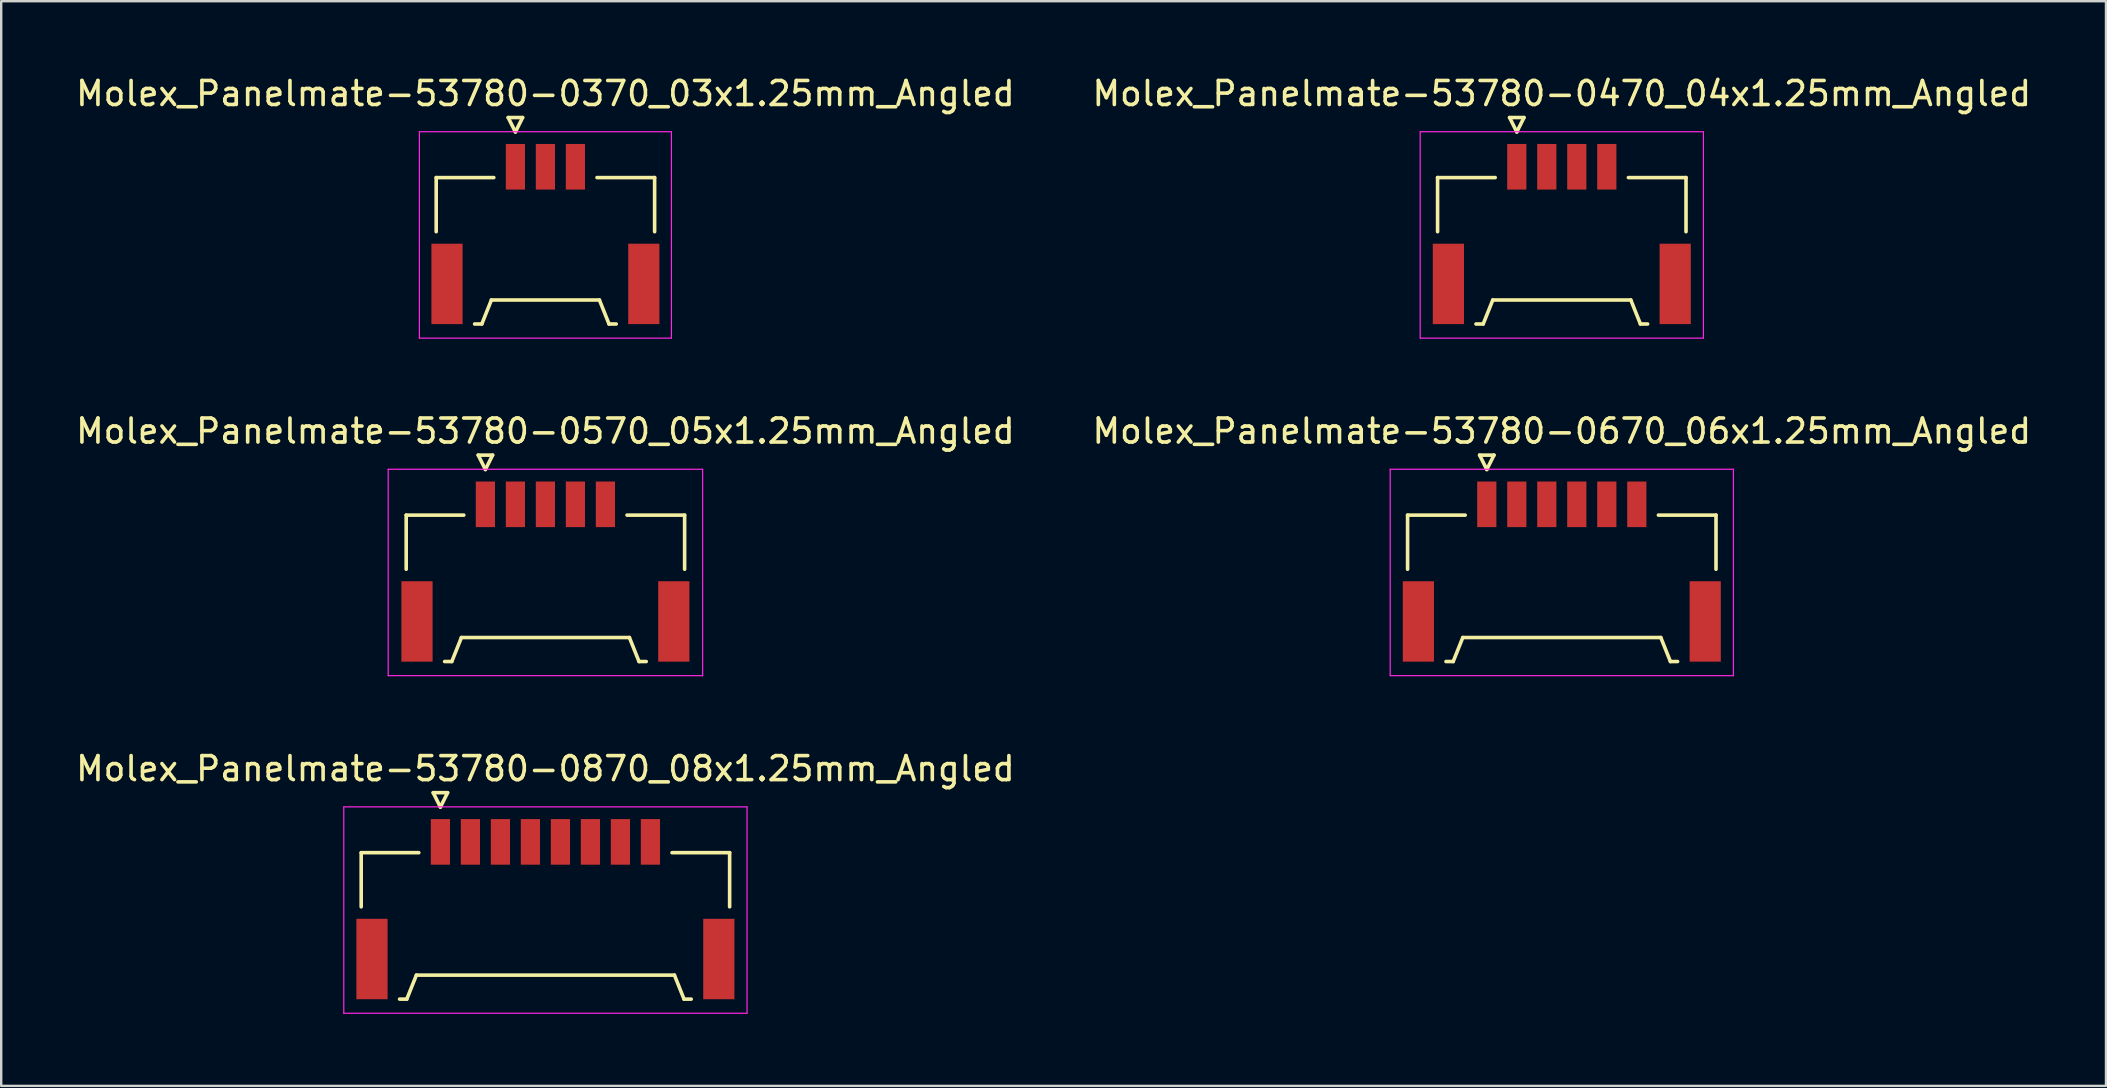
<source format=kicad_pcb>
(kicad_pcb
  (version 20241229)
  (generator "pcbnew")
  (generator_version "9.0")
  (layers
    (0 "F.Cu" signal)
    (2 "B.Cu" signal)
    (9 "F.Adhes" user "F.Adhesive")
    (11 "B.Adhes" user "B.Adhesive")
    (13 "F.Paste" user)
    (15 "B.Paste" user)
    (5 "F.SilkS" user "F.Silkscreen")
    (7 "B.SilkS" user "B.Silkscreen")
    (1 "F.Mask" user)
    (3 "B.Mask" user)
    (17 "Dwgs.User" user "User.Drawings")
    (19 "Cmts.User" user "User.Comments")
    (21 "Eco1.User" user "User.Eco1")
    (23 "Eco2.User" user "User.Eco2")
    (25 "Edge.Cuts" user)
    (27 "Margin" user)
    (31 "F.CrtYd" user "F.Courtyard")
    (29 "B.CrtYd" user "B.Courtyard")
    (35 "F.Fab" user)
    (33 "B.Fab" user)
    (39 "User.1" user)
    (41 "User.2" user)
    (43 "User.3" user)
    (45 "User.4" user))
  (footprint "Molex_Panelmate-53780-0470_04x1.25mm_Angled"
    (layer "F.Cu")
    (at 62.018 6.338)
    (property "Reference" "Molex_Panelmate-53780-0470_04x1.25mm_Angled" (at 0 -5.49 0) (layer "F.SilkS") (effects (font (size 1 1) (thickness 0.15))))
    (attr smd)
    (fp_line (start -5.175 -1.99) (end -5.175 0.265) (stroke (width 0.15) (type solid)) (layer "F.SilkS"))
    (fp_line (start -3.575 4.11) (end -3.275 4.11) (stroke (width 0.15) (type solid)) (layer "F.SilkS"))
    (fp_line (start -3.275 4.11) (end -2.875 3.11) (stroke (width 0.15) (type solid)) (layer "F.SilkS"))
    (fp_line (start -2.875 3.11) (end 2.875 3.11) (stroke (width 0.15) (type solid)) (layer "F.SilkS"))
    (fp_line (start -2.775 -1.99) (end -5.175 -1.99) (stroke (width 0.15) (type solid)) (layer "F.SilkS"))
    (fp_line (start -2.175 -4.49) (end -1.875 -3.89) (stroke (width 0.15) (type solid)) (layer "F.SilkS"))
    (fp_line (start -1.875 -3.89) (end -1.575 -4.49) (stroke (width 0.15) (type solid)) (layer "F.SilkS"))
    (fp_line (start -1.575 -4.49) (end -2.175 -4.49) (stroke (width 0.15) (type solid)) (layer "F.SilkS"))
    (fp_line (start 2.775 -1.99) (end 5.175 -1.99) (stroke (width 0.15) (type solid)) (layer "F.SilkS"))
    (fp_line (start 2.875 3.11) (end 3.275 4.11) (stroke (width 0.15) (type solid)) (layer "F.SilkS"))
    (fp_line (start 3.275 4.11) (end 3.575 4.11) (stroke (width 0.15) (type solid)) (layer "F.SilkS"))
    (fp_line (start 5.175 -1.99) (end 5.175 0.265) (stroke (width 0.15) (type solid)) (layer "F.SilkS"))
    (fp_line (start -5.9 -3.9) (end -5.9 4.7) (stroke (width 0.05) (type solid)) (layer "F.CrtYd"))
    (fp_line (start -5.9 4.7) (end 5.9 4.7) (stroke (width 0.05) (type solid)) (layer "F.CrtYd"))
    (fp_line (start 5.9 -3.9) (end -5.9 -3.9) (stroke (width 0.05) (type solid)) (layer "F.CrtYd"))
    (fp_line (start 5.9 4.7) (end 5.9 -3.9) (stroke (width 0.05) (type solid)) (layer "F.CrtYd"))
    (pad "" smd rect (at -4.725 2.44) (size 1.3 3.35) (layers "F.Cu" "F.Mask" "F.Paste"))
    (pad "" smd rect (at 4.725 2.44) (size 1.3 3.35) (layers "F.Cu" "F.Mask" "F.Paste"))
    (pad "1" smd rect (at -1.875 -2.44) (size 0.8 1.9) (layers "F.Cu" "F.Mask" "F.Paste"))
    (pad "2" smd rect (at -0.625 -2.44) (size 0.8 1.9) (layers "F.Cu" "F.Mask" "F.Paste"))
    (pad "3" smd rect (at 0.625 -2.44) (size 0.8 1.9) (layers "F.Cu" "F.Mask" "F.Paste"))
    (pad "4" smd rect (at 1.875 -2.44) (size 0.8 1.9) (layers "F.Cu" "F.Mask" "F.Paste")))
  (footprint "Molex_Panelmate-53780-0370_03x1.25mm_Angled"
    (layer "F.Cu")
    (at 19.673 6.338)
    (property "Reference" "Molex_Panelmate-53780-0370_03x1.25mm_Angled" (at 0 -5.49 0) (layer "F.SilkS") (effects (font (size 1 1) (thickness 0.15))))
    (attr smd)
    (fp_line (start -4.55 -1.99) (end -4.55 0.265) (stroke (width 0.15) (type solid)) (layer "F.SilkS"))
    (fp_line (start -2.95 4.11) (end -2.65 4.11) (stroke (width 0.15) (type solid)) (layer "F.SilkS"))
    (fp_line (start -2.65 4.11) (end -2.25 3.11) (stroke (width 0.15) (type solid)) (layer "F.SilkS"))
    (fp_line (start -2.25 3.11) (end 2.25 3.11) (stroke (width 0.15) (type solid)) (layer "F.SilkS"))
    (fp_line (start -2.15 -1.99) (end -4.55 -1.99) (stroke (width 0.15) (type solid)) (layer "F.SilkS"))
    (fp_line (start -1.55 -4.49) (end -1.25 -3.89) (stroke (width 0.15) (type solid)) (layer "F.SilkS"))
    (fp_line (start -1.25 -3.89) (end -0.95 -4.49) (stroke (width 0.15) (type solid)) (layer "F.SilkS"))
    (fp_line (start -0.95 -4.49) (end -1.55 -4.49) (stroke (width 0.15) (type solid)) (layer "F.SilkS"))
    (fp_line (start 2.15 -1.99) (end 4.55 -1.99) (stroke (width 0.15) (type solid)) (layer "F.SilkS"))
    (fp_line (start 2.25 3.11) (end 2.65 4.11) (stroke (width 0.15) (type solid)) (layer "F.SilkS"))
    (fp_line (start 2.65 4.11) (end 2.95 4.11) (stroke (width 0.15) (type solid)) (layer "F.SilkS"))
    (fp_line (start 4.55 -1.99) (end 4.55 0.265) (stroke (width 0.15) (type solid)) (layer "F.SilkS"))
    (fp_line (start -5.25 -3.9) (end -5.25 4.7) (stroke (width 0.05) (type solid)) (layer "F.CrtYd"))
    (fp_line (start -5.25 4.7) (end 5.25 4.7) (stroke (width 0.05) (type solid)) (layer "F.CrtYd"))
    (fp_line (start 5.25 -3.9) (end -5.25 -3.9) (stroke (width 0.05) (type solid)) (layer "F.CrtYd"))
    (fp_line (start 5.25 4.7) (end 5.25 -3.9) (stroke (width 0.05) (type solid)) (layer "F.CrtYd"))
    (pad "" smd rect (at -4.1 2.44) (size 1.3 3.35) (layers "F.Cu" "F.Mask" "F.Paste"))
    (pad "" smd rect (at 4.1 2.44) (size 1.3 3.35) (layers "F.Cu" "F.Mask" "F.Paste"))
    (pad "1" smd rect (at -1.25 -2.44) (size 0.8 1.9) (layers "F.Cu" "F.Mask" "F.Paste"))
    (pad "2" smd rect (at 0 -2.44) (size 0.8 1.9) (layers "F.Cu" "F.Mask" "F.Paste"))
    (pad "3" smd rect (at 1.25 -2.44) (size 0.8 1.9) (layers "F.Cu" "F.Mask" "F.Paste")))
  (footprint "Molex_Panelmate-53780-0570_05x1.25mm_Angled"
    (layer "F.Cu")
    (at 19.673 20.401)
    (property "Reference" "Molex_Panelmate-53780-0570_05x1.25mm_Angled" (at 0 -5.49 0) (layer "F.SilkS") (effects (font (size 1 1) (thickness 0.15))))
    (attr smd)
    (fp_line (start -5.8 -1.99) (end -5.8 0.265) (stroke (width 0.15) (type solid)) (layer "F.SilkS"))
    (fp_line (start -4.2 4.11) (end -3.9 4.11) (stroke (width 0.15) (type solid)) (layer "F.SilkS"))
    (fp_line (start -3.9 4.11) (end -3.5 3.11) (stroke (width 0.15) (type solid)) (layer "F.SilkS"))
    (fp_line (start -3.5 3.11) (end 3.5 3.11) (stroke (width 0.15) (type solid)) (layer "F.SilkS"))
    (fp_line (start -3.4 -1.99) (end -5.8 -1.99) (stroke (width 0.15) (type solid)) (layer "F.SilkS"))
    (fp_line (start -2.8 -4.49) (end -2.5 -3.89) (stroke (width 0.15) (type solid)) (layer "F.SilkS"))
    (fp_line (start -2.5 -3.89) (end -2.2 -4.49) (stroke (width 0.15) (type solid)) (layer "F.SilkS"))
    (fp_line (start -2.2 -4.49) (end -2.8 -4.49) (stroke (width 0.15) (type solid)) (layer "F.SilkS"))
    (fp_line (start 3.4 -1.99) (end 5.8 -1.99) (stroke (width 0.15) (type solid)) (layer "F.SilkS"))
    (fp_line (start 3.5 3.11) (end 3.9 4.11) (stroke (width 0.15) (type solid)) (layer "F.SilkS"))
    (fp_line (start 3.9 4.11) (end 4.2 4.11) (stroke (width 0.15) (type solid)) (layer "F.SilkS"))
    (fp_line (start 5.8 -1.99) (end 5.8 0.265) (stroke (width 0.15) (type solid)) (layer "F.SilkS"))
    (fp_line (start -6.55 -3.9) (end -6.55 4.7) (stroke (width 0.05) (type solid)) (layer "F.CrtYd"))
    (fp_line (start -6.55 4.7) (end 6.55 4.7) (stroke (width 0.05) (type solid)) (layer "F.CrtYd"))
    (fp_line (start 6.55 -3.9) (end -6.55 -3.9) (stroke (width 0.05) (type solid)) (layer "F.CrtYd"))
    (fp_line (start 6.55 4.7) (end 6.55 -3.9) (stroke (width 0.05) (type solid)) (layer "F.CrtYd"))
    (pad "" smd rect (at -5.35 2.44) (size 1.3 3.35) (layers "F.Cu" "F.Mask" "F.Paste"))
    (pad "" smd rect (at 5.35 2.44) (size 1.3 3.35) (layers "F.Cu" "F.Mask" "F.Paste"))
    (pad "1" smd rect (at -2.5 -2.44) (size 0.8 1.9) (layers "F.Cu" "F.Mask" "F.Paste"))
    (pad "2" smd rect (at -1.25 -2.44) (size 0.8 1.9) (layers "F.Cu" "F.Mask" "F.Paste"))
    (pad "3" smd rect (at 0 -2.44) (size 0.8 1.9) (layers "F.Cu" "F.Mask" "F.Paste"))
    (pad "4" smd rect (at 1.25 -2.44) (size 0.8 1.9) (layers "F.Cu" "F.Mask" "F.Paste"))
    (pad "5" smd rect (at 2.5 -2.44) (size 0.8 1.9) (layers "F.Cu" "F.Mask" "F.Paste")))
  (footprint "Molex_Panelmate-53780-0670_06x1.25mm_Angled"
    (layer "F.Cu")
    (at 62.018 20.401)
    (property "Reference" "Molex_Panelmate-53780-0670_06x1.25mm_Angled" (at 0 -5.49 0) (layer "F.SilkS") (effects (font (size 1 1) (thickness 0.15))))
    (attr smd)
    (fp_line (start -6.425 -1.99) (end -6.425 0.265) (stroke (width 0.15) (type solid)) (layer "F.SilkS"))
    (fp_line (start -4.825 4.11) (end -4.525 4.11) (stroke (width 0.15) (type solid)) (layer "F.SilkS"))
    (fp_line (start -4.525 4.11) (end -4.125 3.11) (stroke (width 0.15) (type solid)) (layer "F.SilkS"))
    (fp_line (start -4.125 3.11) (end 4.125 3.11) (stroke (width 0.15) (type solid)) (layer "F.SilkS"))
    (fp_line (start -4.025 -1.99) (end -6.425 -1.99) (stroke (width 0.15) (type solid)) (layer "F.SilkS"))
    (fp_line (start -3.425 -4.49) (end -3.125 -3.89) (stroke (width 0.15) (type solid)) (layer "F.SilkS"))
    (fp_line (start -3.125 -3.89) (end -2.825 -4.49) (stroke (width 0.15) (type solid)) (layer "F.SilkS"))
    (fp_line (start -2.825 -4.49) (end -3.425 -4.49) (stroke (width 0.15) (type solid)) (layer "F.SilkS"))
    (fp_line (start 4.025 -1.99) (end 6.425 -1.99) (stroke (width 0.15) (type solid)) (layer "F.SilkS"))
    (fp_line (start 4.125 3.11) (end 4.525 4.11) (stroke (width 0.15) (type solid)) (layer "F.SilkS"))
    (fp_line (start 4.525 4.11) (end 4.825 4.11) (stroke (width 0.15) (type solid)) (layer "F.SilkS"))
    (fp_line (start 6.425 -1.99) (end 6.425 0.265) (stroke (width 0.15) (type solid)) (layer "F.SilkS"))
    (fp_line (start -7.15 -3.9) (end -7.15 4.7) (stroke (width 0.05) (type solid)) (layer "F.CrtYd"))
    (fp_line (start -7.15 4.7) (end 7.15 4.7) (stroke (width 0.05) (type solid)) (layer "F.CrtYd"))
    (fp_line (start 7.15 -3.9) (end -7.15 -3.9) (stroke (width 0.05) (type solid)) (layer "F.CrtYd"))
    (fp_line (start 7.15 4.7) (end 7.15 -3.9) (stroke (width 0.05) (type solid)) (layer "F.CrtYd"))
    (pad "" smd rect (at -5.975 2.44) (size 1.3 3.35) (layers "F.Cu" "F.Mask" "F.Paste"))
    (pad "" smd rect (at 5.975 2.44) (size 1.3 3.35) (layers "F.Cu" "F.Mask" "F.Paste"))
    (pad "1" smd rect (at -3.125 -2.44) (size 0.8 1.9) (layers "F.Cu" "F.Mask" "F.Paste"))
    (pad "2" smd rect (at -1.875 -2.44) (size 0.8 1.9) (layers "F.Cu" "F.Mask" "F.Paste"))
    (pad "3" smd rect (at -0.625 -2.44) (size 0.8 1.9) (layers "F.Cu" "F.Mask" "F.Paste"))
    (pad "4" smd rect (at 0.625 -2.44) (size 0.8 1.9) (layers "F.Cu" "F.Mask" "F.Paste"))
    (pad "5" smd rect (at 1.875 -2.44) (size 0.8 1.9) (layers "F.Cu" "F.Mask" "F.Paste"))
    (pad "6" smd rect (at 3.125 -2.44) (size 0.8 1.9) (layers "F.Cu" "F.Mask" "F.Paste")))
  (footprint "Molex_Panelmate-53780-0870_08x1.25mm_Angled"
    (layer "F.Cu")
    (at 19.673 34.465)
    (property "Reference" "Molex_Panelmate-53780-0870_08x1.25mm_Angled" (at 0 -5.49 0) (layer "F.SilkS") (effects (font (size 1 1) (thickness 0.15))))
    (attr smd)
    (fp_line (start -7.675 -1.99) (end -7.675 0.265) (stroke (width 0.15) (type solid)) (layer "F.SilkS"))
    (fp_line (start -6.075 4.11) (end -5.775 4.11) (stroke (width 0.15) (type solid)) (layer "F.SilkS"))
    (fp_line (start -5.775 4.11) (end -5.375 3.11) (stroke (width 0.15) (type solid)) (layer "F.SilkS"))
    (fp_line (start -5.375 3.11) (end 5.375 3.11) (stroke (width 0.15) (type solid)) (layer "F.SilkS"))
    (fp_line (start -5.275 -1.99) (end -7.675 -1.99) (stroke (width 0.15) (type solid)) (layer "F.SilkS"))
    (fp_line (start -4.675 -4.49) (end -4.375 -3.89) (stroke (width 0.15) (type solid)) (layer "F.SilkS"))
    (fp_line (start -4.375 -3.89) (end -4.075 -4.49) (stroke (width 0.15) (type solid)) (layer "F.SilkS"))
    (fp_line (start -4.075 -4.49) (end -4.675 -4.49) (stroke (width 0.15) (type solid)) (layer "F.SilkS"))
    (fp_line (start 5.275 -1.99) (end 7.675 -1.99) (stroke (width 0.15) (type solid)) (layer "F.SilkS"))
    (fp_line (start 5.375 3.11) (end 5.775 4.11) (stroke (width 0.15) (type solid)) (layer "F.SilkS"))
    (fp_line (start 5.775 4.11) (end 6.075 4.11) (stroke (width 0.15) (type solid)) (layer "F.SilkS"))
    (fp_line (start 7.675 -1.99) (end 7.675 0.265) (stroke (width 0.15) (type solid)) (layer "F.SilkS"))
    (fp_line (start -8.4 -3.9) (end -8.4 4.7) (stroke (width 0.05) (type solid)) (layer "F.CrtYd"))
    (fp_line (start -8.4 4.7) (end 8.4 4.7) (stroke (width 0.05) (type solid)) (layer "F.CrtYd"))
    (fp_line (start 8.4 -3.9) (end -8.4 -3.9) (stroke (width 0.05) (type solid)) (layer "F.CrtYd"))
    (fp_line (start 8.4 4.7) (end 8.4 -3.9) (stroke (width 0.05) (type solid)) (layer "F.CrtYd"))
    (pad "" smd rect (at -7.225 2.44) (size 1.3 3.35) (layers "F.Cu" "F.Mask" "F.Paste"))
    (pad "" smd rect (at 7.225 2.44) (size 1.3 3.35) (layers "F.Cu" "F.Mask" "F.Paste"))
    (pad "1" smd rect (at -4.375 -2.44) (size 0.8 1.9) (layers "F.Cu" "F.Mask" "F.Paste"))
    (pad "2" smd rect (at -3.125 -2.44) (size 0.8 1.9) (layers "F.Cu" "F.Mask" "F.Paste"))
    (pad "3" smd rect (at -1.875 -2.44) (size 0.8 1.9) (layers "F.Cu" "F.Mask" "F.Paste"))
    (pad "4" smd rect (at -0.625 -2.44) (size 0.8 1.9) (layers "F.Cu" "F.Mask" "F.Paste"))
    (pad "5" smd rect (at 0.625 -2.44) (size 0.8 1.9) (layers "F.Cu" "F.Mask" "F.Paste"))
    (pad "6" smd rect (at 1.875 -2.44) (size 0.8 1.9) (layers "F.Cu" "F.Mask" "F.Paste"))
    (pad "7" smd rect (at 3.125 -2.44) (size 0.8 1.9) (layers "F.Cu" "F.Mask" "F.Paste"))
    (pad "8" smd rect (at 4.375 -2.44) (size 0.8 1.9) (layers "F.Cu" "F.Mask" "F.Paste")))
  (gr_rect
    (start -3 -3)
    (end 84.69 42.19)
    (stroke (width 0.1) (type default))
    (fill no)
    (layer "Edge.Cuts")))
</source>
